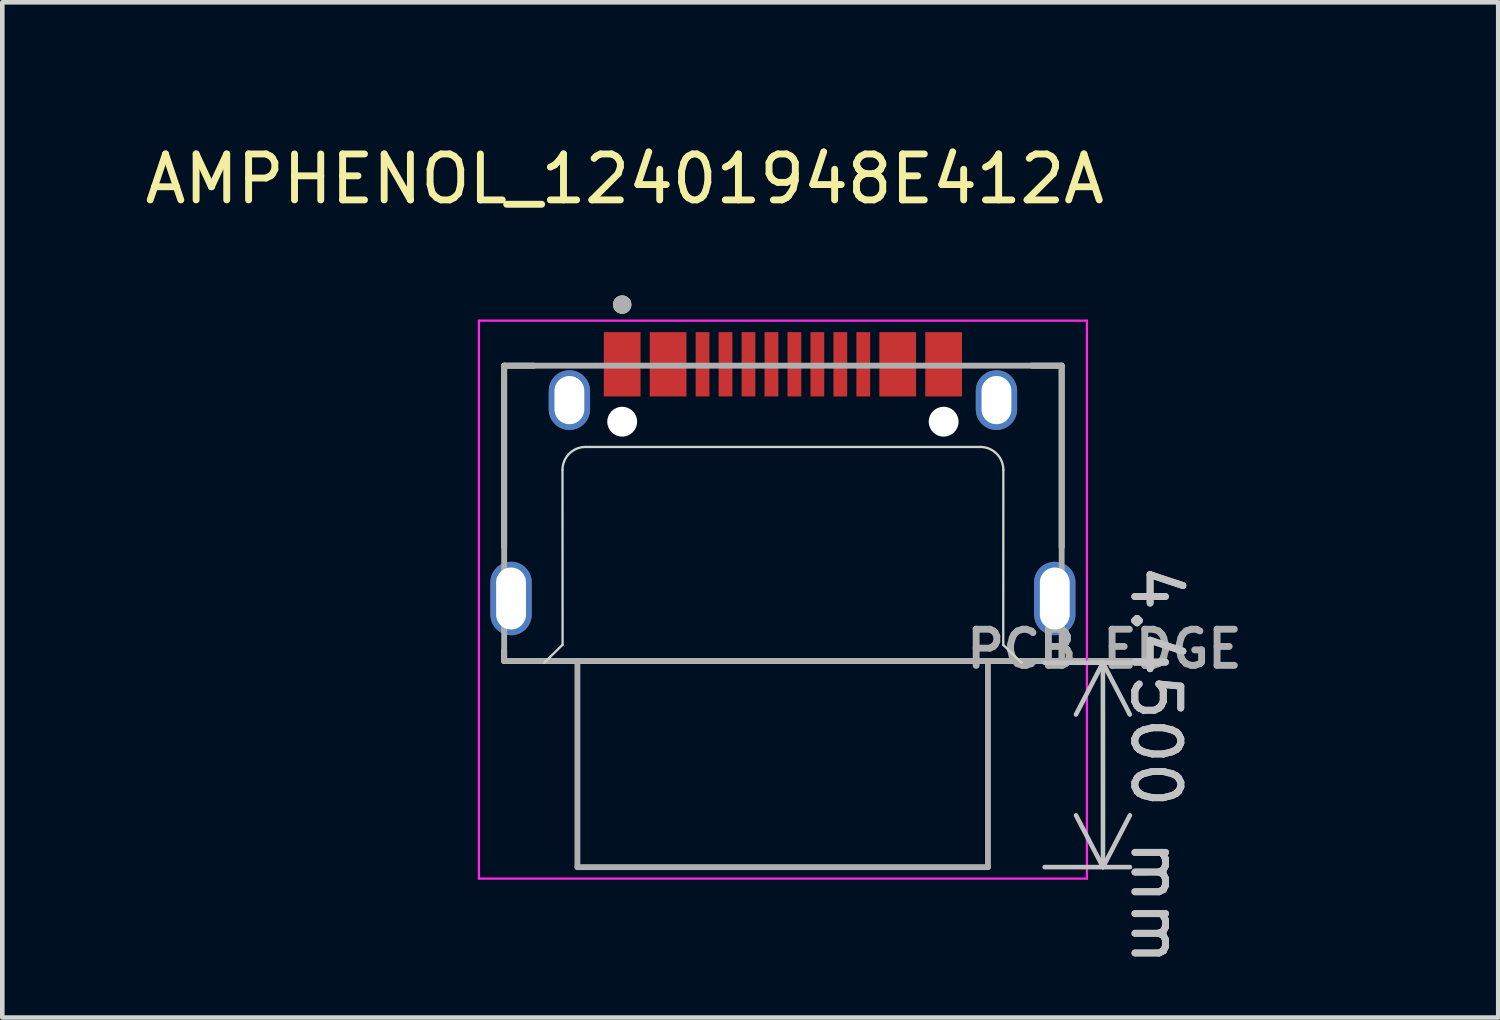
<source format=kicad_pcb>
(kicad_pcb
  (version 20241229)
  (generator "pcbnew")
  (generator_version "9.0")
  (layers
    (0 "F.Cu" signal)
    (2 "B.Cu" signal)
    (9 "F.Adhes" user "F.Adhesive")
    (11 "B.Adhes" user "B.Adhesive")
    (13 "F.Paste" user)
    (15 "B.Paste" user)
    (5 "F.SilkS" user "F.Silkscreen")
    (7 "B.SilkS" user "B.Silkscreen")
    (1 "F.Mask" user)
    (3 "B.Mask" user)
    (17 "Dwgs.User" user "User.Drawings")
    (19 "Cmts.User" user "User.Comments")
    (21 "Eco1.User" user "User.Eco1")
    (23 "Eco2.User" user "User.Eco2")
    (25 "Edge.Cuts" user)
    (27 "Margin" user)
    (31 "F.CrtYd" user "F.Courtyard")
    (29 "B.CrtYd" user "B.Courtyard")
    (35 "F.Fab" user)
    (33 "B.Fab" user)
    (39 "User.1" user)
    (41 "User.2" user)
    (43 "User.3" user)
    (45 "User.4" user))
  (footprint "AMPHENOL_12401948E412A"
    (layer "F.Cu")
    (at 13.999 9.983)
    (property "Reference" "AMPHENOL_12401948E412A" (at -3.445 -9.135 0) (layer "F.SilkS") (effects (font (size 1 1) (thickness 0.15))))
    (attr smd)
    (fp_line (start -6.07 -5.07) (end -5.42 -5.07) (stroke (width 0.127) (type solid)) (layer "F.SilkS"))
    (fp_line (start -6.07 -1.12) (end -6.07 -5.07) (stroke (width 0.127) (type solid)) (layer "F.SilkS"))
    (fp_line (start -6.07 1.36) (end -6.07 1.12) (stroke (width 0.127) (type solid)) (layer "F.SilkS"))
    (fp_line (start -6.07 1.36) (end 6.07 1.36) (stroke (width 0.127) (type solid)) (layer "F.SilkS"))
    (fp_line (start 5.42 -5.07) (end 6.07 -5.07) (stroke (width 0.127) (type solid)) (layer "F.SilkS"))
    (fp_line (start 6.07 -5.07) (end 6.07 -1.12) (stroke (width 0.127) (type solid)) (layer "F.SilkS"))
    (fp_line (start 6.07 1.36) (end 6.07 1.12) (stroke (width 0.127) (type solid)) (layer "F.SilkS"))
    (fp_circle (center -3.5 -6.4) (end -3.4 -6.4) (stroke (width 0.2) (type solid)) (fill no) (layer "F.SilkS"))
    (fp_line (start -4.798 1.006) (end -5.2 1.4) (stroke (width 0.05) (type default)) (layer "Edge.Cuts"))
    (fp_line (start -4.798 1.006) (end -4.8 -2.8) (stroke (width 0.05) (type solid)) (layer "Edge.Cuts"))
    (fp_line (start -4.3 -3.3) (end 4.3 -3.3) (stroke (width 0.05) (type solid)) (layer "Edge.Cuts"))
    (fp_line (start 4.798 1.01) (end 5.198 1.4) (stroke (width 0.05) (type default)) (layer "Edge.Cuts"))
    (fp_line (start 4.8 -2.8) (end 4.798 1.01) (stroke (width 0.05) (type solid)) (layer "Edge.Cuts"))
    (fp_arc (start -4.8 -2.8) (mid -4.653553 -3.153553) (end -4.3 -3.3) (stroke (width 0.05) (type default)) (layer "Edge.Cuts"))
    (fp_arc (start 4.3 -3.3) (mid 4.653553 -3.153553) (end 4.8 -2.8) (stroke (width 0.05) (type default)) (layer "Edge.Cuts"))
    (fp_line (start -6.62 -6.05) (end -6.62 6.1) (stroke (width 0.05) (type solid)) (layer "F.CrtYd"))
    (fp_line (start -6.62 6.1) (end 6.62 6.1) (stroke (width 0.05) (type solid)) (layer "F.CrtYd"))
    (fp_line (start 6.62 -6.05) (end -6.62 -6.05) (stroke (width 0.05) (type solid)) (layer "F.CrtYd"))
    (fp_line (start 6.62 6.1) (end 6.62 -6.05) (stroke (width 0.05) (type solid)) (layer "F.CrtYd"))
    (fp_line (start -6.07 -5.07) (end 6.07 -5.07) (stroke (width 0.127) (type solid)) (layer "F.Fab"))
    (fp_line (start -6.07 1.36) (end -6.07 -5.07) (stroke (width 0.127) (type solid)) (layer "F.Fab"))
    (fp_line (start -4.475 1.36) (end -6.07 1.36) (stroke (width 0.127) (type solid)) (layer "F.Fab"))
    (fp_line (start -4.475 1.36) (end 4.465 1.36) (stroke (width 0.127) (type solid)) (layer "F.Fab"))
    (fp_line (start -4.475 5.85) (end -4.475 1.36) (stroke (width 0.127) (type solid)) (layer "F.Fab"))
    (fp_line (start 4.465 1.36) (end 4.465 5.85) (stroke (width 0.127) (type solid)) (layer "F.Fab"))
    (fp_line (start 4.465 1.36) (end 6.07 1.36) (stroke (width 0.127) (type solid)) (layer "F.Fab"))
    (fp_line (start 4.465 5.85) (end -4.475 5.85) (stroke (width 0.127) (type solid)) (layer "F.Fab"))
    (fp_line (start 6.07 -5.07) (end 6.07 1.36) (stroke (width 0.127) (type solid)) (layer "F.Fab"))
    (fp_line (start 6.07 1.36) (end 8 1.36) (stroke (width 0.127) (type solid)) (layer "F.Fab"))
    (fp_circle (center -3.5 -6.4) (end -3.4 -6.4) (stroke (width 0.2) (type solid)) (fill no) (layer "F.Fab"))
    (fp_text user "PCB EDGE" (at 7 1.1 0) (layer "F.Fab") (effects (font (size 0.787 0.787) (thickness 0.15))))
    (dimension (type aligned) (layer "Dwgs.User") (pts (xy 19.197 11.383) (xy 19.199 15.833)) (height -1.77) (format (prefix "") (suffix "") (units 3) (units_format 1) (precision 4)) (style (thickness 0.1) (arrow_length 1.27) (text_position_mode 0) (arrow_direction outward) (extension_height 0.586) (extension_offset 0.5) (keep_text_aligned yes)) (gr_text "4.4500 mm" (at 22.117 13.607 270.026) (layer "Dwgs.User") (effects (font (size 1 1) (thickness 0.15)))))
    (pad "" np_thru_hole circle (at -3.5 -3.85) (size 0.65 0.65) (drill 0.65) (layers "*.Cu" "*.Mask"))
    (pad "" np_thru_hole circle (at 3.5 -3.85) (size 0.65 0.65) (drill 0.65) (layers "*.Cu" "*.Mask"))
    (pad "A1_B12" smd rect (at -3.5 -5.1) (size 0.8 1.4) (layers "F.Cu" "F.Mask" "F.Paste"))
    (pad "A4_B9" smd rect (at -2.5 -5.1) (size 0.8 1.4) (layers "F.Cu" "F.Mask" "F.Paste"))
    (pad "A5" smd rect (at -1.25 -5.1) (size 0.3 1.4) (layers "F.Cu" "F.Mask" "F.Paste"))
    (pad "A6" smd rect (at -0.25 -5.1) (size 0.3 1.4) (layers "F.Cu" "F.Mask" "F.Paste"))
    (pad "A7" smd rect (at 0.25 -5.1) (size 0.3 1.4) (layers "F.Cu" "F.Mask" "F.Paste"))
    (pad "A8" smd rect (at 1.25 -5.1) (size 0.3 1.4) (layers "F.Cu" "F.Mask" "F.Paste"))
    (pad "A9_B4" smd rect (at 2.5 -5.1) (size 0.8 1.4) (layers "F.Cu" "F.Mask" "F.Paste"))
    (pad "A12_B1" smd rect (at 3.5 -5.1) (size 0.8 1.4) (layers "F.Cu" "F.Mask" "F.Paste"))
    (pad "B5" smd rect (at 1.75 -5.1) (size 0.3 1.4) (layers "F.Cu" "F.Mask" "F.Paste"))
    (pad "B6" smd rect (at 0.75 -5.1) (size 0.3 1.4) (layers "F.Cu" "F.Mask" "F.Paste"))
    (pad "B7" smd rect (at -0.75 -5.1) (size 0.3 1.4) (layers "F.Cu" "F.Mask" "F.Paste"))
    (pad "B8" smd rect (at -1.75 -5.1) (size 0.3 1.4) (layers "F.Cu" "F.Mask" "F.Paste"))
    (pad "S1" thru_hole oval (at -5.92 0) (size 0.9 1.6) (drill oval 0.65 1.35) (layers "*.Cu" "*.Mask"))
    (pad "S2" thru_hole oval (at 5.92 0) (size 0.9 1.6) (drill oval 0.65 1.35) (layers "*.Cu" "*.Mask"))
    (pad "S3" thru_hole oval (at -4.65 -4.32) (size 0.9 1.3) (drill oval 0.65 1.05) (layers "*.Cu" "*.Mask"))
    (pad "S4" thru_hole oval (at 4.65 -4.32) (size 0.9 1.3) (drill oval 0.65 1.05) (layers "*.Cu" "*.Mask")))
  (gr_rect
    (start -3 -3)
    (end 29.576 19.108)
    (stroke (width 0.1) (type default))
    (fill no)
    (layer "Edge.Cuts")))
</source>
